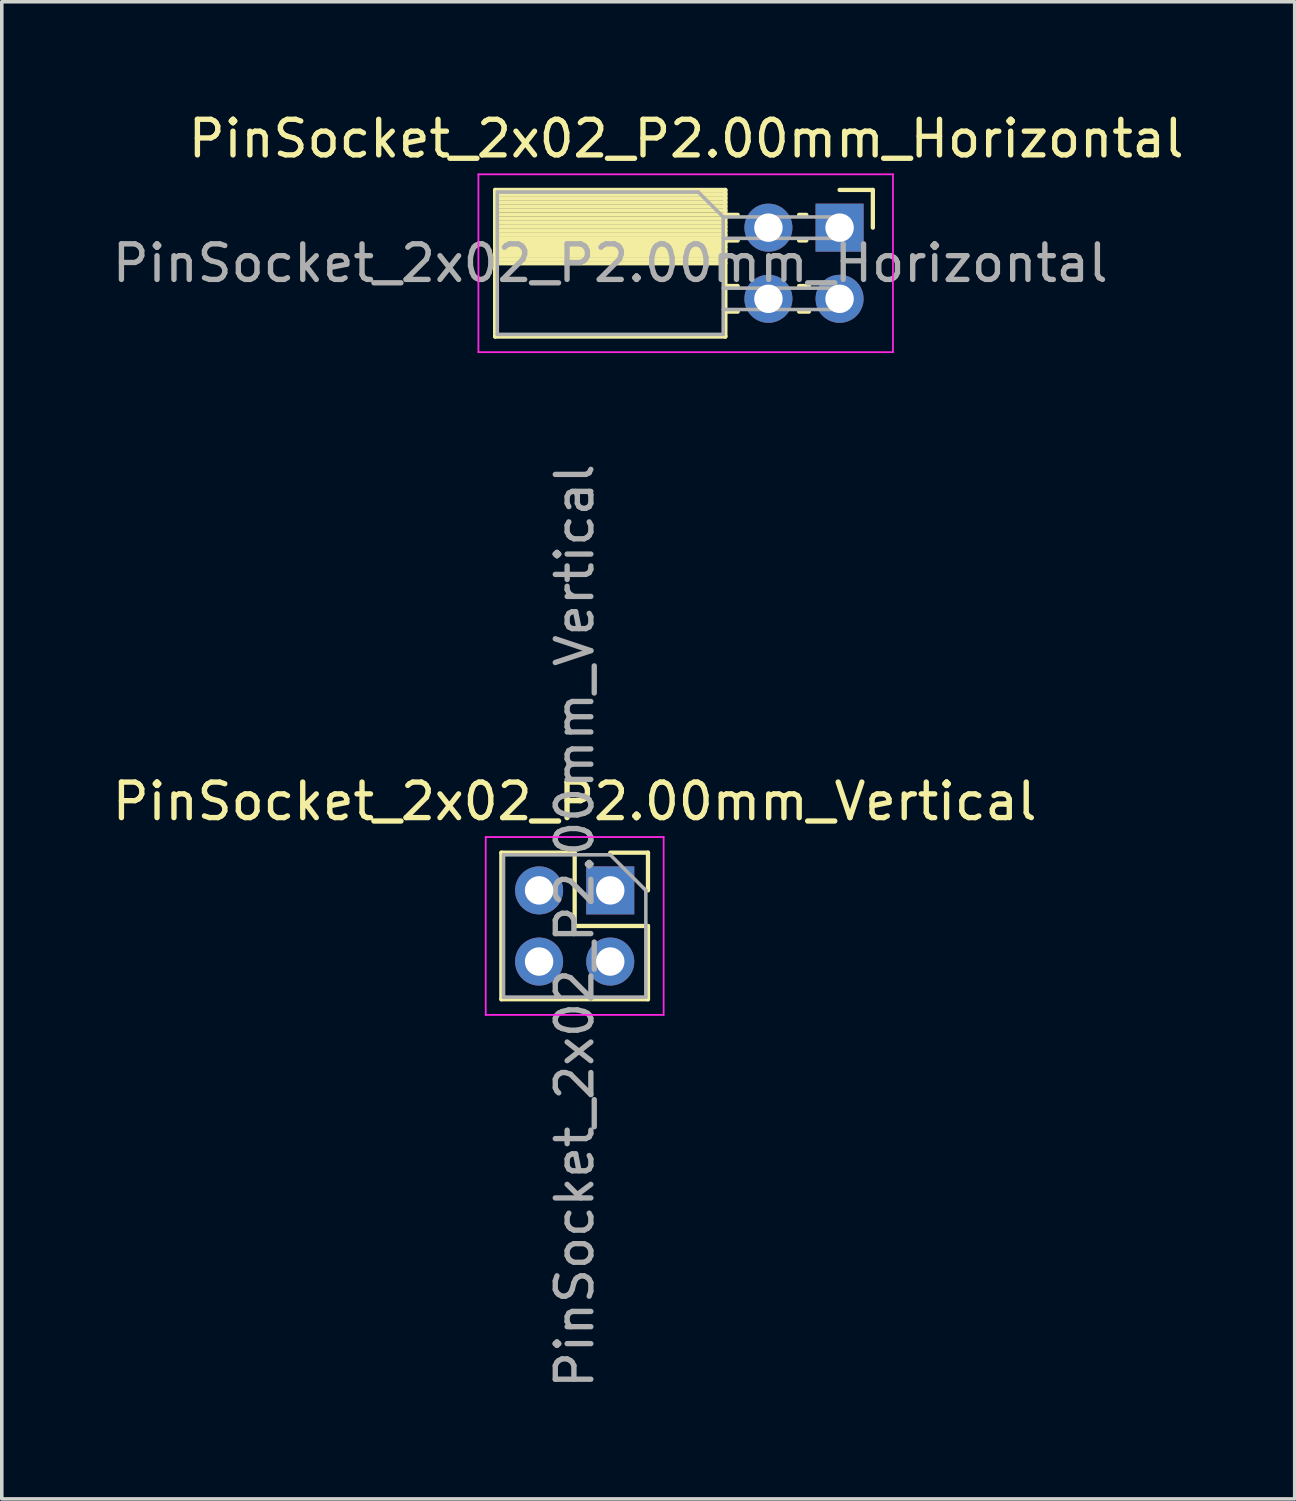
<source format=kicad_pcb>
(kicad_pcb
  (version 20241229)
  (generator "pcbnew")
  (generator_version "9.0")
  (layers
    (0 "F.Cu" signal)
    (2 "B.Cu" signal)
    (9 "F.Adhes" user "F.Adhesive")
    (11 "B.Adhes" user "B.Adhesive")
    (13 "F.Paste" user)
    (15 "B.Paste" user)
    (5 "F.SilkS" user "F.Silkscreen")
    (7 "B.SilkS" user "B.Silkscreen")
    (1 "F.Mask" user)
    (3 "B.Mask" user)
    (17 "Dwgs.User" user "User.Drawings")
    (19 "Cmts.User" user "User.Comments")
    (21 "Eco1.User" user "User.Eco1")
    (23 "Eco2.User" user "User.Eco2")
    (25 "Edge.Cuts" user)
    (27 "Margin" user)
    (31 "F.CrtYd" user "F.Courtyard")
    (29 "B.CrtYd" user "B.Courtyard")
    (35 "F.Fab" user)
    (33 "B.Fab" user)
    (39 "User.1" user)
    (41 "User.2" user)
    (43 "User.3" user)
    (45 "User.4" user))
  (footprint "PinSocket_2x02_P2.00mm_Horizontal"
    (layer "F.Cu")
    (at 20.546 3.348)
    (property "Reference" "PinSocket_2x02_P2.00mm_Horizontal" (at -4.31 -2.5 0) (layer "F.SilkS") (effects (font (size 1 1) (thickness 0.15))))
    (attr through_hole)
    (fp_line (start -9.68 -1.06) (end -9.68 3.06) (stroke (width 0.12) (type solid)) (layer "F.SilkS"))
    (fp_line (start -9.68 -1.06) (end -3.21 -1.06) (stroke (width 0.12) (type solid)) (layer "F.SilkS"))
    (fp_line (start -9.68 -0.94) (end -3.21 -0.94) (stroke (width 0.12) (type solid)) (layer "F.SilkS"))
    (fp_line (start -9.68 -0.826) (end -3.21 -0.826) (stroke (width 0.12) (type solid)) (layer "F.SilkS"))
    (fp_line (start -9.68 -0.712) (end -3.21 -0.712) (stroke (width 0.12) (type solid)) (layer "F.SilkS"))
    (fp_line (start -9.68 -0.598) (end -3.21 -0.598) (stroke (width 0.12) (type solid)) (layer "F.SilkS"))
    (fp_line (start -9.68 -0.484) (end -3.21 -0.484) (stroke (width 0.12) (type solid)) (layer "F.SilkS"))
    (fp_line (start -9.68 -0.369) (end -3.21 -0.369) (stroke (width 0.12) (type solid)) (layer "F.SilkS"))
    (fp_line (start -9.68 -0.255) (end -3.21 -0.255) (stroke (width 0.12) (type solid)) (layer "F.SilkS"))
    (fp_line (start -9.68 -0.141) (end -3.21 -0.141) (stroke (width 0.12) (type solid)) (layer "F.SilkS"))
    (fp_line (start -9.68 -0.027) (end -3.21 -0.027) (stroke (width 0.12) (type solid)) (layer "F.SilkS"))
    (fp_line (start -9.68 0.087) (end -3.21 0.087) (stroke (width 0.12) (type solid)) (layer "F.SilkS"))
    (fp_line (start -9.68 0.201) (end -3.21 0.201) (stroke (width 0.12) (type solid)) (layer "F.SilkS"))
    (fp_line (start -9.68 0.315) (end -3.21 0.315) (stroke (width 0.12) (type solid)) (layer "F.SilkS"))
    (fp_line (start -9.68 0.429) (end -3.21 0.429) (stroke (width 0.12) (type solid)) (layer "F.SilkS"))
    (fp_line (start -9.68 0.544) (end -3.21 0.544) (stroke (width 0.12) (type solid)) (layer "F.SilkS"))
    (fp_line (start -9.68 0.658) (end -3.21 0.658) (stroke (width 0.12) (type solid)) (layer "F.SilkS"))
    (fp_line (start -9.68 0.772) (end -3.21 0.772) (stroke (width 0.12) (type solid)) (layer "F.SilkS"))
    (fp_line (start -9.68 0.886) (end -3.21 0.886) (stroke (width 0.12) (type solid)) (layer "F.SilkS"))
    (fp_line (start -9.68 1) (end -3.21 1) (stroke (width 0.12) (type solid)) (layer "F.SilkS"))
    (fp_line (start -9.68 3.06) (end -3.21 3.06) (stroke (width 0.12) (type solid)) (layer "F.SilkS"))
    (fp_line (start -3.21 -1.06) (end -3.21 3.06) (stroke (width 0.12) (type solid)) (layer "F.SilkS"))
    (fp_line (start -3.21 -0.36) (end -2.863 -0.36) (stroke (width 0.12) (type solid)) (layer "F.SilkS"))
    (fp_line (start -3.21 0.36) (end -2.863 0.36) (stroke (width 0.12) (type solid)) (layer "F.SilkS"))
    (fp_line (start -3.21 1.64) (end -2.863 1.64) (stroke (width 0.12) (type solid)) (layer "F.SilkS"))
    (fp_line (start -3.21 2.36) (end -2.863 2.36) (stroke (width 0.12) (type solid)) (layer "F.SilkS"))
    (fp_line (start -1.137 -0.36) (end -0.935 -0.36) (stroke (width 0.12) (type solid)) (layer "F.SilkS"))
    (fp_line (start -1.137 0.36) (end -0.935 0.36) (stroke (width 0.12) (type solid)) (layer "F.SilkS"))
    (fp_line (start -1.137 1.64) (end -0.863 1.64) (stroke (width 0.12) (type solid)) (layer "F.SilkS"))
    (fp_line (start -1.137 2.36) (end -0.863 2.36) (stroke (width 0.12) (type solid)) (layer "F.SilkS"))
    (fp_line (start 0 -1.06) (end 0.935 -1.06) (stroke (width 0.12) (type solid)) (layer "F.SilkS"))
    (fp_line (start 0.935 -1.06) (end 0.935 0) (stroke (width 0.12) (type solid)) (layer "F.SilkS"))
    (fp_line (start -10.15 -1.5) (end -10.15 3.5) (stroke (width 0.05) (type solid)) (layer "F.CrtYd"))
    (fp_line (start -10.15 3.5) (end 1.5 3.5) (stroke (width 0.05) (type solid)) (layer "F.CrtYd"))
    (fp_line (start 1.5 -1.5) (end -10.15 -1.5) (stroke (width 0.05) (type solid)) (layer "F.CrtYd"))
    (fp_line (start 1.5 3.5) (end 1.5 -1.5) (stroke (width 0.05) (type solid)) (layer "F.CrtYd"))
    (fp_line (start -9.62 -1) (end -3.97 -1) (stroke (width 0.1) (type solid)) (layer "F.Fab"))
    (fp_line (start -9.62 3) (end -9.62 -1) (stroke (width 0.1) (type solid)) (layer "F.Fab"))
    (fp_line (start -3.97 -1) (end -3.27 -0.3) (stroke (width 0.1) (type solid)) (layer "F.Fab"))
    (fp_line (start -3.27 -0.3) (end -3.27 3) (stroke (width 0.1) (type solid)) (layer "F.Fab"))
    (fp_line (start -3.27 0.3) (end 0 0.3) (stroke (width 0.1) (type solid)) (layer "F.Fab"))
    (fp_line (start -3.27 2.3) (end 0 2.3) (stroke (width 0.1) (type solid)) (layer "F.Fab"))
    (fp_line (start -3.27 3) (end -9.62 3) (stroke (width 0.1) (type solid)) (layer "F.Fab"))
    (fp_line (start 0 -0.3) (end -3.27 -0.3) (stroke (width 0.1) (type solid)) (layer "F.Fab"))
    (fp_line (start 0 0.3) (end 0 -0.3) (stroke (width 0.1) (type solid)) (layer "F.Fab"))
    (fp_line (start 0 1.7) (end -3.27 1.7) (stroke (width 0.1) (type solid)) (layer "F.Fab"))
    (fp_line (start 0 2.3) (end 0 1.7) (stroke (width 0.1) (type solid)) (layer "F.Fab"))
    (fp_text user "${REFERENCE}" (at -6.445 1 0) (layer "F.Fab") (effects (font (size 1 1) (thickness 0.15))))
    (pad "1" thru_hole rect (at 0 0) (size 1.35 1.35) (drill 0.8) (layers "*.Cu" "*.Mask"))
    (pad "2" thru_hole oval (at -2 0) (size 1.35 1.35) (drill 0.8) (layers "*.Cu" "*.Mask"))
    (pad "3" thru_hole oval (at 0 2) (size 1.35 1.35) (drill 0.8) (layers "*.Cu" "*.Mask"))
    (pad "4" thru_hole oval (at -2 2) (size 1.35 1.35) (drill 0.8) (layers "*.Cu" "*.Mask")))
  (footprint "PinSocket_2x02_P2.00mm_Vertical"
    (layer "F.Cu")
    (at 14.101 21.974)
    (property "Reference" "PinSocket_2x02_P2.00mm_Vertical" (at -1 -2.5 0) (layer "F.SilkS") (effects (font (size 1 1) (thickness 0.15))))
    (attr through_hole)
    (fp_line (start -3.06 -1.06) (end -3.06 3.06) (stroke (width 0.12) (type solid)) (layer "F.SilkS"))
    (fp_line (start -3.06 -1.06) (end -1 -1.06) (stroke (width 0.12) (type solid)) (layer "F.SilkS"))
    (fp_line (start -3.06 3.06) (end 1.06 3.06) (stroke (width 0.12) (type solid)) (layer "F.SilkS"))
    (fp_line (start -1 -1.06) (end -1 1) (stroke (width 0.12) (type solid)) (layer "F.SilkS"))
    (fp_line (start -1 1) (end 1.06 1) (stroke (width 0.12) (type solid)) (layer "F.SilkS"))
    (fp_line (start 0 -1.06) (end 1.06 -1.06) (stroke (width 0.12) (type solid)) (layer "F.SilkS"))
    (fp_line (start 1.06 -1.06) (end 1.06 0) (stroke (width 0.12) (type solid)) (layer "F.SilkS"))
    (fp_line (start 1.06 1) (end 1.06 3.06) (stroke (width 0.12) (type solid)) (layer "F.SilkS"))
    (fp_line (start -3.5 -1.5) (end 1.5 -1.5) (stroke (width 0.05) (type solid)) (layer "F.CrtYd"))
    (fp_line (start -3.5 3.5) (end -3.5 -1.5) (stroke (width 0.05) (type solid)) (layer "F.CrtYd"))
    (fp_line (start 1.5 -1.5) (end 1.5 3.5) (stroke (width 0.05) (type solid)) (layer "F.CrtYd"))
    (fp_line (start 1.5 3.5) (end -3.5 3.5) (stroke (width 0.05) (type solid)) (layer "F.CrtYd"))
    (fp_line (start -3 -1) (end 0 -1) (stroke (width 0.1) (type solid)) (layer "F.Fab"))
    (fp_line (start -3 3) (end -3 -1) (stroke (width 0.1) (type solid)) (layer "F.Fab"))
    (fp_line (start 0 -1) (end 1 0) (stroke (width 0.1) (type solid)) (layer "F.Fab"))
    (fp_line (start 1 0) (end 1 3) (stroke (width 0.1) (type solid)) (layer "F.Fab"))
    (fp_line (start 1 3) (end -3 3) (stroke (width 0.1) (type solid)) (layer "F.Fab"))
    (fp_text user "${REFERENCE}" (at -1 1 90) (layer "F.Fab") (effects (font (size 1 1) (thickness 0.15))))
    (pad "1" thru_hole rect (at 0 0) (size 1.35 1.35) (drill 0.8) (layers "*.Cu" "*.Mask"))
    (pad "2" thru_hole oval (at -2 0) (size 1.35 1.35) (drill 0.8) (layers "*.Cu" "*.Mask"))
    (pad "3" thru_hole oval (at 0 2) (size 1.35 1.35) (drill 0.8) (layers "*.Cu" "*.Mask"))
    (pad "4" thru_hole oval (at -2 2) (size 1.35 1.35) (drill 0.8) (layers "*.Cu" "*.Mask")))
  (gr_rect
    (start -3 -3)
    (end 33.337 39.076)
    (stroke (width 0.1) (type default))
    (fill no)
    (layer "Edge.Cuts")))
</source>
